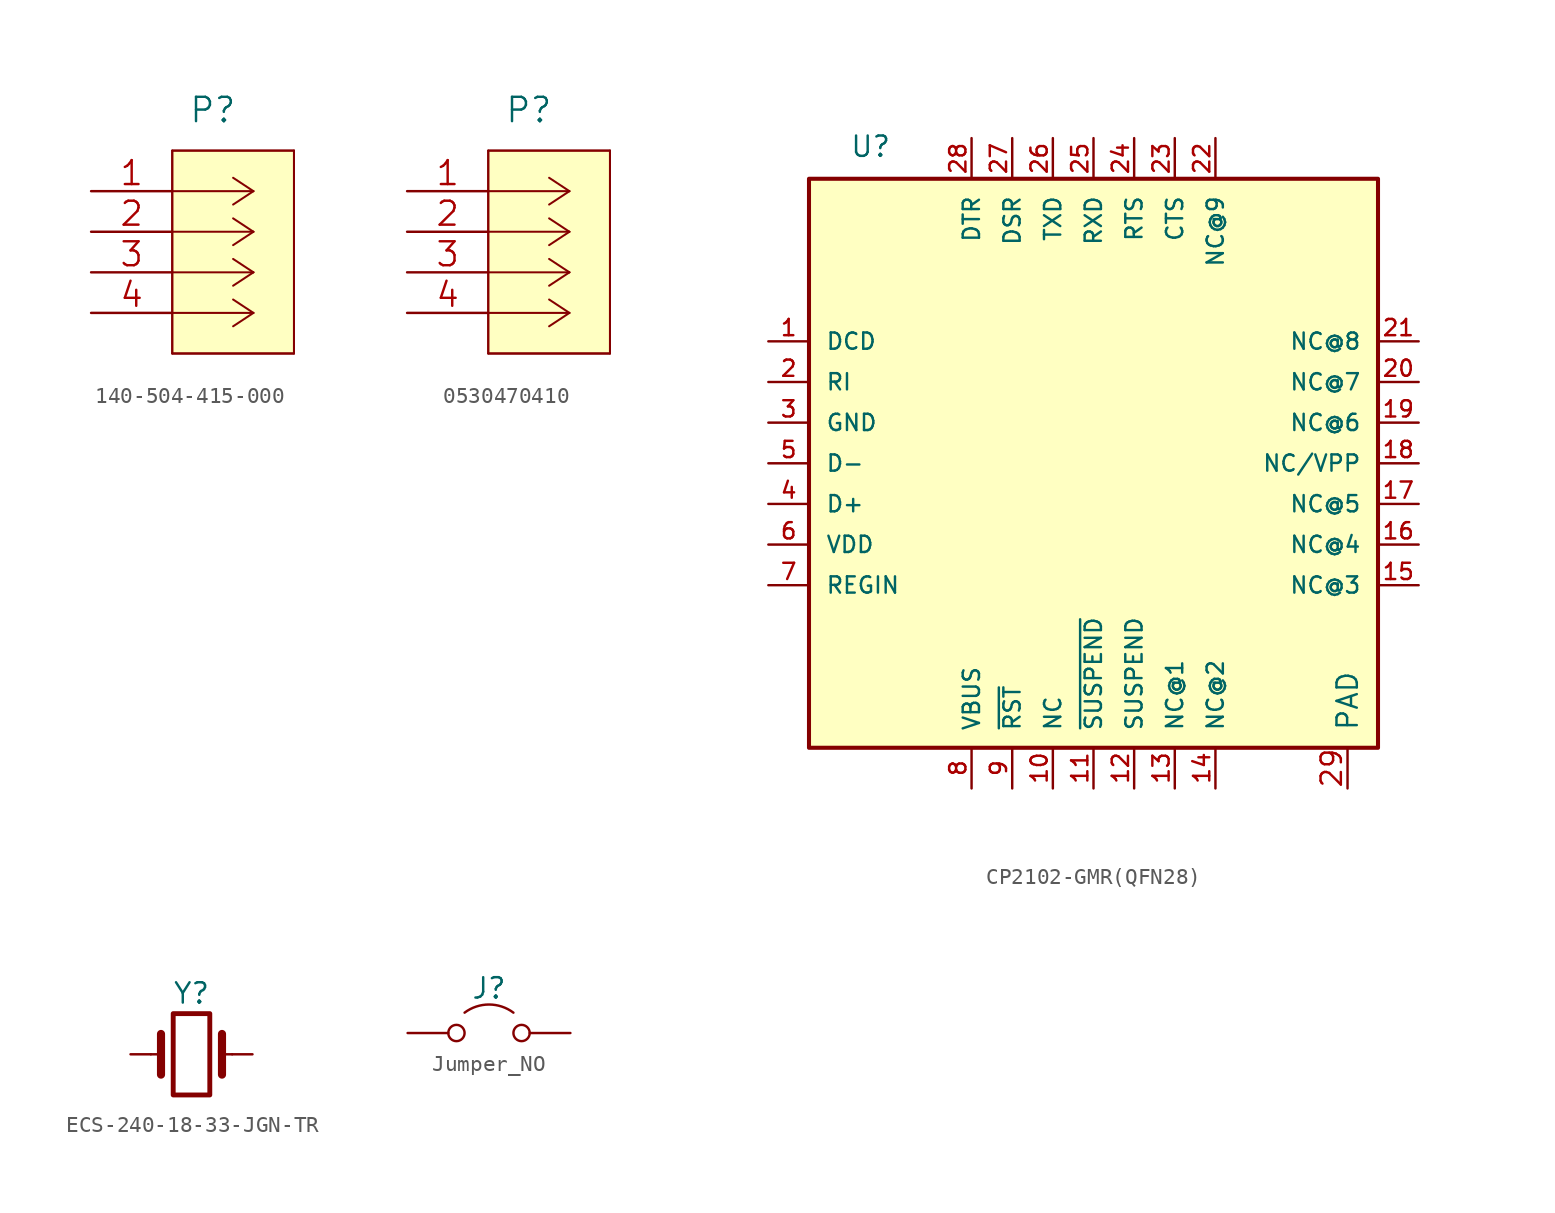
<source format=kicad_sym>
(kicad_symbol_lib
  (version 20211014)
  (generator kicad_symbol_editor)
  (symbol "140-504-415-000"
    (pin_names
      (offset 0.254) hide)
    (property "Reference" "P"
      (at 7.62 5.08 0)
      (effects (font (size 1.524 1.524))))
    (property "Datasheet" ""
      (at 0 0 0)
      (effects (font (size 1.524 1.524))))
    (symbol "140-504-415-000_1_1"
      (polyline (pts (xy 5.08 -10.16) (xy 12.7 -10.16)) (stroke (width 0.127) (type default) (color 0 0 0 0)) (fill (type none)))
      (polyline (pts (xy 5.08 2.54) (xy 5.08 -10.16)) (stroke (width 0.127) (type default) (color 0 0 0 0)) (fill (type none)))
      (polyline (pts (xy 10.16 -7.62) (xy 5.08 -7.62)) (stroke (width 0.127) (type default) (color 0 0 0 0)) (fill (type none)))
      (polyline (pts (xy 10.16 -7.62) (xy 8.89 -8.458)) (stroke (width 0.127) (type default) (color 0 0 0 0)) (fill (type none)))
      (polyline (pts (xy 10.16 -7.62) (xy 8.89 -6.782)) (stroke (width 0.127) (type default) (color 0 0 0 0)) (fill (type none)))
      (polyline (pts (xy 10.16 -5.08) (xy 5.08 -5.08)) (stroke (width 0.127) (type default) (color 0 0 0 0)) (fill (type none)))
      (polyline (pts (xy 10.16 -5.08) (xy 8.89 -5.918)) (stroke (width 0.127) (type default) (color 0 0 0 0)) (fill (type none)))
      (polyline (pts (xy 10.16 -5.08) (xy 8.89 -4.242)) (stroke (width 0.127) (type default) (color 0 0 0 0)) (fill (type none)))
      (polyline (pts (xy 10.16 -2.54) (xy 5.08 -2.54)) (stroke (width 0.127) (type default) (color 0 0 0 0)) (fill (type none)))
      (polyline (pts (xy 10.16 -2.54) (xy 8.89 -3.378)) (stroke (width 0.127) (type default) (color 0 0 0 0)) (fill (type none)))
      (polyline (pts (xy 10.16 -2.54) (xy 8.89 -1.702)) (stroke (width 0.127) (type default) (color 0 0 0 0)) (fill (type none)))
      (polyline (pts (xy 10.16 0) (xy 5.08 0)) (stroke (width 0.127) (type default) (color 0 0 0 0)) (fill (type none)))
      (polyline (pts (xy 10.16 0) (xy 8.89 -0.838)) (stroke (width 0.127) (type default) (color 0 0 0 0)) (fill (type none)))
      (polyline (pts (xy 10.16 0) (xy 8.89 0.838)) (stroke (width 0.127) (type default) (color 0 0 0 0)) (fill (type none)))
      (polyline (pts (xy 12.7 -10.16) (xy 12.7 2.54)) (stroke (width 0.127) (type default) (color 0 0 0 0)) (fill (type none)))
      (polyline (pts (xy 12.7 2.54) (xy 5.08 2.54)) (stroke (width 0.127) (type default) (color 0 0 0 0)) (fill (type background)))
      (rectangle (start 5.08 2.54) (end 12.7 -10.16) (stroke (width 0.127) (type default) (color 0 0 0 0)) (fill (type background)))
      (pin passive line (at 0 0 0) (length 5.08) (name "+12V" (effects (font (size 1.499 1.499)))) (number "1" (effects (font (size 1.499 1.499)))))
      (pin passive line (at 0 -2.54 0) (length 5.08) (name "GND" (effects (font (size 1.499 1.499)))) (number "2" (effects (font (size 1.499 1.499)))))
      (pin passive line (at 0 -5.08 0) (length 5.08) (name "3" (effects (font (size 1.499 1.499)))) (number "3" (effects (font (size 1.499 1.499)))))
      (pin passive line (at 0 -7.62 0) (length 5.08) (name "4" (effects (font (size 1.499 1.499)))) (number "4" (effects (font (size 1.499 1.499)))))))
  (symbol "0530470410"
    (pin_names
      (offset 0.254) hide)
    (property "Reference" "P"
      (at 7.62 5.08 0)
      (effects (font (size 1.524 1.524))))
    (property "Datasheet" ""
      (at 0 0 0)
      (effects (font (size 1.524 1.524))))
    (symbol "0530470410_1_1"
      (polyline (pts (xy 5.08 -10.16) (xy 12.7 -10.16)) (stroke (width 0.127) (type default) (color 0 0 0 0)) (fill (type none)))
      (polyline (pts (xy 5.08 2.54) (xy 5.08 -10.16)) (stroke (width 0.127) (type default) (color 0 0 0 0)) (fill (type none)))
      (polyline (pts (xy 10.16 -7.62) (xy 5.08 -7.62)) (stroke (width 0.127) (type default) (color 0 0 0 0)) (fill (type none)))
      (polyline (pts (xy 10.16 -7.62) (xy 8.89 -8.458)) (stroke (width 0.127) (type default) (color 0 0 0 0)) (fill (type none)))
      (polyline (pts (xy 10.16 -7.62) (xy 8.89 -6.782)) (stroke (width 0.127) (type default) (color 0 0 0 0)) (fill (type none)))
      (polyline (pts (xy 10.16 -5.08) (xy 5.08 -5.08)) (stroke (width 0.127) (type default) (color 0 0 0 0)) (fill (type none)))
      (polyline (pts (xy 10.16 -5.08) (xy 8.89 -5.918)) (stroke (width 0.127) (type default) (color 0 0 0 0)) (fill (type none)))
      (polyline (pts (xy 10.16 -5.08) (xy 8.89 -4.242)) (stroke (width 0.127) (type default) (color 0 0 0 0)) (fill (type none)))
      (polyline (pts (xy 10.16 -2.54) (xy 5.08 -2.54)) (stroke (width 0.127) (type default) (color 0 0 0 0)) (fill (type none)))
      (polyline (pts (xy 10.16 -2.54) (xy 8.89 -3.378)) (stroke (width 0.127) (type default) (color 0 0 0 0)) (fill (type none)))
      (polyline (pts (xy 10.16 -2.54) (xy 8.89 -1.702)) (stroke (width 0.127) (type default) (color 0 0 0 0)) (fill (type none)))
      (polyline (pts (xy 10.16 0) (xy 5.08 0)) (stroke (width 0.127) (type default) (color 0 0 0 0)) (fill (type none)))
      (polyline (pts (xy 10.16 0) (xy 8.89 -0.838)) (stroke (width 0.127) (type default) (color 0 0 0 0)) (fill (type none)))
      (polyline (pts (xy 10.16 0) (xy 8.89 0.838)) (stroke (width 0.127) (type default) (color 0 0 0 0)) (fill (type none)))
      (polyline (pts (xy 12.7 -10.16) (xy 12.7 2.54)) (stroke (width 0.127) (type default) (color 0 0 0 0)) (fill (type none)))
      (polyline (pts (xy 12.7 2.54) (xy 5.08 2.54)) (stroke (width 0.127) (type default) (color 0 0 0 0)) (fill (type background)))
      (rectangle (start 5.08 2.54) (end 12.7 -10.16) (stroke (width 0.127) (type default) (color 0 0 0 0)) (fill (type background)))
      (pin passive line (at 0 0 0) (length 5.08) (name "+12V" (effects (font (size 1.499 1.499)))) (number "1" (effects (font (size 1.499 1.499)))))
      (pin passive line (at 0 -2.54 0) (length 5.08) (name "GND" (effects (font (size 1.499 1.499)))) (number "2" (effects (font (size 1.499 1.499)))))
      (pin passive line (at 0 -5.08 0) (length 5.08) (name "3" (effects (font (size 1.499 1.499)))) (number "3" (effects (font (size 1.499 1.499)))))
      (pin passive line (at 0 -7.62 0) (length 5.08) (name "4" (effects (font (size 1.499 1.499)))) (number "4" (effects (font (size 1.499 1.499)))))))
  (symbol "CP2102-GMR(QFN28)"
    (pin_names
      (offset 1.016))
    (property "Reference" "U"
      (at -15.24 19.05 0)
      (effects (font (size 1.27 1.27)) (justify left bottom)))
    (symbol "CP2102-GMR(QFN28)_0_0"
      (rectangle (start -17.78 17.78) (end 17.78 -17.78) (stroke (width 0.254) (type default) (color 0 0 0 0)) (fill (type background)))
      (pin bidirectional line (at -20.32 7.62 0) (length 2.54) (name "DCD" (effects (font (size 1.016 1.016)))) (number "1" (effects (font (size 1.016 1.016)))))
      (pin bidirectional line (at -2.54 -20.32 90) (length 2.54) (name "NC" (effects (font (size 1.016 1.016)))) (number "10" (effects (font (size 1.016 1.016)))))
      (pin bidirectional line (at 0 -20.32 90) (length 2.54) (name "~{SUSPEND}" (effects (font (size 1.016 1.016)))) (number "11" (effects (font (size 1.016 1.016)))))
      (pin bidirectional line (at 2.54 -20.32 90) (length 2.54) (name "SUSPEND" (effects (font (size 1.016 1.016)))) (number "12" (effects (font (size 1.016 1.016)))))
      (pin bidirectional line (at 5.08 -20.32 90) (length 2.54) (name "NC@1" (effects (font (size 1.016 1.016)))) (number "13" (effects (font (size 1.016 1.016)))))
      (pin bidirectional line (at 7.62 -20.32 90) (length 2.54) (name "NC@2" (effects (font (size 1.016 1.016)))) (number "14" (effects (font (size 1.016 1.016)))))
      (pin bidirectional line (at 20.32 -7.62 180) (length 2.54) (name "NC@3" (effects (font (size 1.016 1.016)))) (number "15" (effects (font (size 1.016 1.016)))))
      (pin bidirectional line (at 20.32 -5.08 180) (length 2.54) (name "NC@4" (effects (font (size 1.016 1.016)))) (number "16" (effects (font (size 1.016 1.016)))))
      (pin bidirectional line (at 20.32 -2.54 180) (length 2.54) (name "NC@5" (effects (font (size 1.016 1.016)))) (number "17" (effects (font (size 1.016 1.016)))))
      (pin bidirectional line (at 20.32 0 180) (length 2.54) (name "NC/VPP" (effects (font (size 1.016 1.016)))) (number "18" (effects (font (size 1.016 1.016)))))
      (pin bidirectional line (at 20.32 2.54 180) (length 2.54) (name "NC@6" (effects (font (size 1.016 1.016)))) (number "19" (effects (font (size 1.016 1.016)))))
      (pin bidirectional line (at -20.32 5.08 0) (length 2.54) (name "RI" (effects (font (size 1.016 1.016)))) (number "2" (effects (font (size 1.016 1.016)))))
      (pin bidirectional line (at 20.32 5.08 180) (length 2.54) (name "NC@7" (effects (font (size 1.016 1.016)))) (number "20" (effects (font (size 1.016 1.016)))))
      (pin bidirectional line (at 20.32 7.62 180) (length 2.54) (name "NC@8" (effects (font (size 1.016 1.016)))) (number "21" (effects (font (size 1.016 1.016)))))
      (pin bidirectional line (at 7.62 20.32 270) (length 2.54) (name "NC@9" (effects (font (size 1.016 1.016)))) (number "22" (effects (font (size 1.016 1.016)))))
      (pin bidirectional line (at 5.08 20.32 270) (length 2.54) (name "CTS" (effects (font (size 1.016 1.016)))) (number "23" (effects (font (size 1.016 1.016)))))
      (pin bidirectional line (at 2.54 20.32 270) (length 2.54) (name "RTS" (effects (font (size 1.016 1.016)))) (number "24" (effects (font (size 1.016 1.016)))))
      (pin bidirectional line (at 0 20.32 270) (length 2.54) (name "RXD" (effects (font (size 1.016 1.016)))) (number "25" (effects (font (size 1.016 1.016)))))
      (pin bidirectional line (at -2.54 20.32 270) (length 2.54) (name "TXD" (effects (font (size 1.016 1.016)))) (number "26" (effects (font (size 1.016 1.016)))))
      (pin bidirectional line (at -5.08 20.32 270) (length 2.54) (name "DSR" (effects (font (size 1.016 1.016)))) (number "27" (effects (font (size 1.016 1.016)))))
      (pin bidirectional line (at -7.62 20.32 270) (length 2.54) (name "DTR" (effects (font (size 1.016 1.016)))) (number "28" (effects (font (size 1.016 1.016)))))
      (pin power_in line (at -20.32 2.54 0) (length 2.54) (name "GND" (effects (font (size 1.016 1.016)))) (number "3" (effects (font (size 1.016 1.016)))))
      (pin bidirectional line (at -20.32 -2.54 0) (length 2.54) (name "D+" (effects (font (size 1.016 1.016)))) (number "4" (effects (font (size 1.016 1.016)))))
      (pin bidirectional line (at -20.32 0 0) (length 2.54) (name "D-" (effects (font (size 1.016 1.016)))) (number "5" (effects (font (size 1.016 1.016)))))
      (pin bidirectional line (at -20.32 -5.08 0) (length 2.54) (name "VDD" (effects (font (size 1.016 1.016)))) (number "6" (effects (font (size 1.016 1.016)))))
      (pin power_in line (at -20.32 -7.62 0) (length 2.54) (name "REGIN" (effects (font (size 1.016 1.016)))) (number "7" (effects (font (size 1.016 1.016)))))
      (pin power_in line (at -7.62 -20.32 90) (length 2.54) (name "VBUS" (effects (font (size 1.016 1.016)))) (number "8" (effects (font (size 1.016 1.016)))))
      (pin bidirectional line (at -5.08 -20.32 90) (length 2.54) (name "~{RST}" (effects (font (size 1.016 1.016)))) (number "9" (effects (font (size 1.016 1.016))))))
    (symbol "CP2102-GMR(QFN28)_1_1"
      (pin passive line (at 15.875 -20.32 90) (length 2.54) (name "PAD" (effects (font (size 1.27 1.27)))) (number "29" (effects (font (size 1.27 1.27)))))))
  (symbol "ECS-240-18-33-JGN-TR"
    (pin_numbers hide)
    (pin_names
      (offset 1.016) hide)
    (property "Reference" "Y"
      (at 0 3.81 0)
      (effects (font (size 1.27 1.27))))
    (symbol "ECS-240-18-33-JGN-TR_0_1"
      (rectangle (start -1.143 2.54) (end 1.143 -2.54) (stroke (width 0.305) (type default) (color 0 0 0 0)) (fill (type none)))
      (polyline (pts (xy -2.54 0) (xy -1.905 0)) (stroke (width 0) (type default) (color 0 0 0 0)) (fill (type none)))
      (polyline (pts (xy -1.905 -1.27) (xy -1.905 1.27)) (stroke (width 0.508) (type default) (color 0 0 0 0)) (fill (type none)))
      (polyline (pts (xy 1.905 -1.27) (xy 1.905 1.27)) (stroke (width 0.508) (type default) (color 0 0 0 0)) (fill (type none)))
      (polyline (pts (xy 2.54 0) (xy 1.905 0)) (stroke (width 0) (type default) (color 0 0 0 0)) (fill (type none))))
    (symbol "ECS-240-18-33-JGN-TR_1_1"
      (pin passive line (at -3.81 0 0) (length 1.27) (name "1" (effects (font (size 1.27 1.27)))) (number "1" (effects (font (size 1.27 1.27)))))
      (pin passive line (at 3.81 0 180) (length 1.27) (name "3" (effects (font (size 1.27 1.27)))) (number "3" (effects (font (size 1.27 1.27)))))))
  (symbol "Jumper_NO"
    (pin_numbers hide)
    (pin_names
      (offset 0) hide)
    (property "Reference" "J"
      (at 0 2.794 0)
      (effects (font (size 1.27 1.27))))
    (symbol "Jumper_NO_0_0"
      (circle (center -2.032 0) (radius 0.508) (stroke (width 0) (type default) (color 0 0 0 0)) (fill (type none)))
      (circle (center 2.032 0) (radius 0.508) (stroke (width 0) (type default) (color 0 0 0 0)) (fill (type none))))
    (symbol "Jumper_NO_0_1"
      (arc (start 1.524 1.27) (mid 0 1.778) (end -1.524 1.27) (stroke (width 0) (type default) (color 0 0 0 0)) (fill (type none))))
    (symbol "Jumper_NO_1_1"
      (pin passive line (at -5.08 0 0) (length 2.54) (name "A" (effects (font (size 1.27 1.27)))) (number "1" (effects (font (size 1.27 1.27)))))
      (pin passive line (at 5.08 0 180) (length 2.54) (name "B" (effects (font (size 1.27 1.27)))) (number "2" (effects (font (size 1.27 1.27))))))))
</source>
